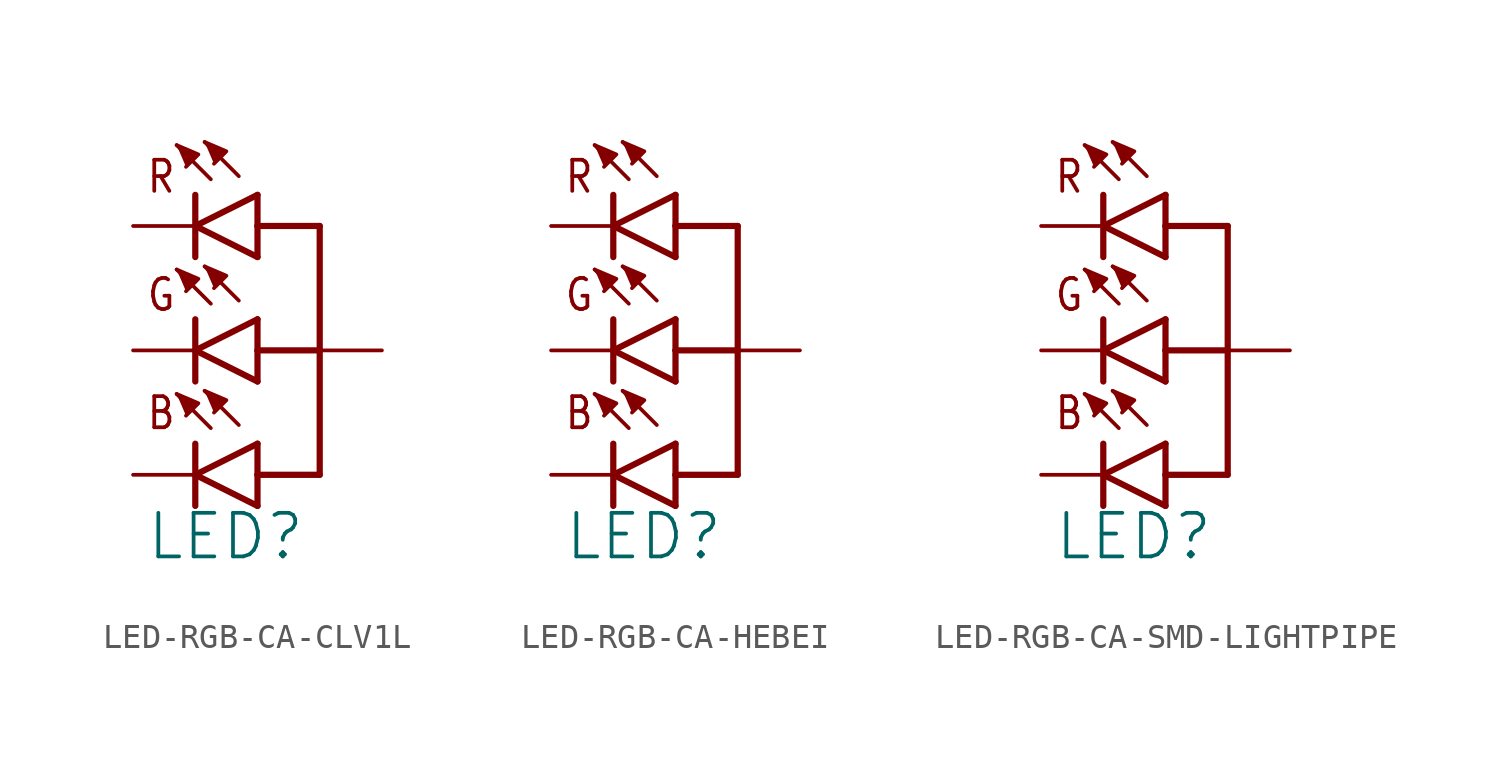
<source format=kicad_sym>
(kicad_symbol_lib
  (version 20231120)
  (generator "kicad_symbol_editor")
  (generator_version "8.0")
  (symbol "LED-RGB-CA-CLV1L"
    (property "Reference" "LED"
      (at -4.572 -8.636 0)
      (effects (font (size 1.778 1.778)) (justify left bottom)))
    (property "ki_locked" ""
      (at 0 0 0)
      (effects (font (size 1.27 1.27))))
    (symbol "LED-RGB-CA-CLV1L_1_0"
      (polyline (pts (xy -2.54 -6.35) (xy -2.54 -5.08)) (stroke (width 0.254) (type solid)) (fill (type none)))
      (polyline (pts (xy -2.54 -5.08) (xy -2.54 -3.81)) (stroke (width 0.254) (type solid)) (fill (type none)))
      (polyline (pts (xy -2.54 -5.08) (xy 0 -3.81)) (stroke (width 0.254) (type solid)) (fill (type none)))
      (polyline (pts (xy -2.54 -1.27) (xy -2.54 0)) (stroke (width 0.254) (type solid)) (fill (type none)))
      (polyline (pts (xy -2.54 0) (xy -2.54 1.27)) (stroke (width 0.254) (type solid)) (fill (type none)))
      (polyline (pts (xy -2.54 0) (xy 0 1.27)) (stroke (width 0.254) (type solid)) (fill (type none)))
      (polyline (pts (xy -2.54 3.81) (xy -2.54 5.08)) (stroke (width 0.254) (type solid)) (fill (type none)))
      (polyline (pts (xy -2.54 5.08) (xy -2.54 6.35)) (stroke (width 0.254) (type solid)) (fill (type none)))
      (polyline (pts (xy -2.54 5.08) (xy 0 6.35)) (stroke (width 0.254) (type solid)) (fill (type none)))
      (polyline (pts (xy -1.905 -3.175) (xy -3.302 -1.778)) (stroke (width 0.152) (type solid)) (fill (type none)))
      (polyline (pts (xy -1.905 1.905) (xy -3.302 3.302)) (stroke (width 0.152) (type solid)) (fill (type none)))
      (polyline (pts (xy -1.905 6.985) (xy -3.302 8.382)) (stroke (width 0.152) (type solid)) (fill (type none)))
      (polyline (pts (xy -0.762 -3.048) (xy -2.159 -1.651)) (stroke (width 0.152) (type solid)) (fill (type none)))
      (polyline (pts (xy -0.762 2.032) (xy -2.159 3.429)) (stroke (width 0.152) (type solid)) (fill (type none)))
      (polyline (pts (xy -0.762 7.112) (xy -2.159 8.509)) (stroke (width 0.152) (type solid)) (fill (type none)))
      (polyline (pts (xy 0 -6.35) (xy -2.54 -5.08)) (stroke (width 0.254) (type solid)) (fill (type none)))
      (polyline (pts (xy 0 -6.35) (xy 0 -5.08)) (stroke (width 0.254) (type solid)) (fill (type none)))
      (polyline (pts (xy 0 -5.08) (xy 0 -3.81)) (stroke (width 0.254) (type solid)) (fill (type none)))
      (polyline (pts (xy 0 -1.27) (xy -2.54 0)) (stroke (width 0.254) (type solid)) (fill (type none)))
      (polyline (pts (xy 0 -1.27) (xy 0 0)) (stroke (width 0.254) (type solid)) (fill (type none)))
      (polyline (pts (xy 0 0) (xy 0 1.27)) (stroke (width 0.254) (type solid)) (fill (type none)))
      (polyline (pts (xy 0 3.81) (xy -2.54 5.08)) (stroke (width 0.254) (type solid)) (fill (type none)))
      (polyline (pts (xy 0 3.81) (xy 0 5.08)) (stroke (width 0.254) (type solid)) (fill (type none)))
      (polyline (pts (xy 0 5.08) (xy 0 6.35)) (stroke (width 0.254) (type solid)) (fill (type none)))
      (polyline (pts (xy 2.54 -5.08) (xy 0 -5.08)) (stroke (width 0.254) (type solid)) (fill (type none)))
      (polyline (pts (xy 2.54 0) (xy 0 0)) (stroke (width 0.254) (type solid)) (fill (type none)))
      (polyline (pts (xy 2.54 0) (xy 2.54 -5.08)) (stroke (width 0.254) (type solid)) (fill (type none)))
      (polyline (pts (xy 2.54 5.08) (xy 0 5.08)) (stroke (width 0.254) (type solid)) (fill (type none)))
      (polyline (pts (xy 2.54 5.08) (xy 2.54 0)) (stroke (width 0.254) (type solid)) (fill (type none)))
      (polyline (pts (xy -3.302 -1.778) (xy -2.413 -2.159) (xy -2.921 -2.667)) (stroke (width 0.152) (type solid)) (fill (type outline)))
      (polyline (pts (xy -3.302 3.302) (xy -2.413 2.921) (xy -2.921 2.413)) (stroke (width 0.152) (type solid)) (fill (type outline)))
      (polyline (pts (xy -3.302 8.382) (xy -2.413 8.001) (xy -2.921 7.493)) (stroke (width 0.152) (type solid)) (fill (type outline)))
      (polyline (pts (xy -2.159 -1.651) (xy -1.27 -2.032) (xy -1.778 -2.54)) (stroke (width 0.152) (type solid)) (fill (type outline)))
      (polyline (pts (xy -2.159 3.429) (xy -1.27 3.048) (xy -1.778 2.54)) (stroke (width 0.152) (type solid)) (fill (type outline)))
      (polyline (pts (xy -2.159 8.509) (xy -1.27 8.128) (xy -1.778 7.62)) (stroke (width 0.152) (type solid)) (fill (type outline)))
      (text "B" (at -4.572 -3.302 0) (effects (font (size 1.27 1.079)) (justify left bottom)))
      (text "G" (at -4.572 1.524 0) (effects (font (size 1.27 1.079)) (justify left bottom)))
      (text "R" (at -4.572 6.35 0) (effects (font (size 1.27 1.079)) (justify left bottom)))
      (pin passive line (at 5.08 0 180) (length 2.54) (name "A" (effects (font (size 0 0)))) (number "P$1" (effects (font (size 0 0)))))
      (pin passive line (at -5.08 -5.08 0) (length 2.54) (name "CB" (effects (font (size 0 0)))) (number "P$2" (effects (font (size 0 0)))))
      (pin passive line (at -5.08 0 0) (length 2.54) (name "CG" (effects (font (size 0 0)))) (number "P$3" (effects (font (size 0 0)))))
      (pin passive line (at -5.08 5.08 0) (length 2.54) (name "CR" (effects (font (size 0 0)))) (number "P$4" (effects (font (size 0 0)))))))
  (symbol "LED-RGB-CA-HEBEI"
    (property "Reference" "LED"
      (at -4.572 -8.636 0)
      (effects (font (size 1.778 1.778)) (justify left bottom)))
    (property "ki_locked" ""
      (at 0 0 0)
      (effects (font (size 1.27 1.27))))
    (symbol "LED-RGB-CA-HEBEI_1_0"
      (polyline (pts (xy -2.54 -6.35) (xy -2.54 -5.08)) (stroke (width 0.254) (type solid)) (fill (type none)))
      (polyline (pts (xy -2.54 -5.08) (xy -2.54 -3.81)) (stroke (width 0.254) (type solid)) (fill (type none)))
      (polyline (pts (xy -2.54 -5.08) (xy 0 -3.81)) (stroke (width 0.254) (type solid)) (fill (type none)))
      (polyline (pts (xy -2.54 -1.27) (xy -2.54 0)) (stroke (width 0.254) (type solid)) (fill (type none)))
      (polyline (pts (xy -2.54 0) (xy -2.54 1.27)) (stroke (width 0.254) (type solid)) (fill (type none)))
      (polyline (pts (xy -2.54 0) (xy 0 1.27)) (stroke (width 0.254) (type solid)) (fill (type none)))
      (polyline (pts (xy -2.54 3.81) (xy -2.54 5.08)) (stroke (width 0.254) (type solid)) (fill (type none)))
      (polyline (pts (xy -2.54 5.08) (xy -2.54 6.35)) (stroke (width 0.254) (type solid)) (fill (type none)))
      (polyline (pts (xy -2.54 5.08) (xy 0 6.35)) (stroke (width 0.254) (type solid)) (fill (type none)))
      (polyline (pts (xy -1.905 -3.175) (xy -3.302 -1.778)) (stroke (width 0.152) (type solid)) (fill (type none)))
      (polyline (pts (xy -1.905 1.905) (xy -3.302 3.302)) (stroke (width 0.152) (type solid)) (fill (type none)))
      (polyline (pts (xy -1.905 6.985) (xy -3.302 8.382)) (stroke (width 0.152) (type solid)) (fill (type none)))
      (polyline (pts (xy -0.762 -3.048) (xy -2.159 -1.651)) (stroke (width 0.152) (type solid)) (fill (type none)))
      (polyline (pts (xy -0.762 2.032) (xy -2.159 3.429)) (stroke (width 0.152) (type solid)) (fill (type none)))
      (polyline (pts (xy -0.762 7.112) (xy -2.159 8.509)) (stroke (width 0.152) (type solid)) (fill (type none)))
      (polyline (pts (xy 0 -6.35) (xy -2.54 -5.08)) (stroke (width 0.254) (type solid)) (fill (type none)))
      (polyline (pts (xy 0 -6.35) (xy 0 -5.08)) (stroke (width 0.254) (type solid)) (fill (type none)))
      (polyline (pts (xy 0 -5.08) (xy 0 -3.81)) (stroke (width 0.254) (type solid)) (fill (type none)))
      (polyline (pts (xy 0 -1.27) (xy -2.54 0)) (stroke (width 0.254) (type solid)) (fill (type none)))
      (polyline (pts (xy 0 -1.27) (xy 0 0)) (stroke (width 0.254) (type solid)) (fill (type none)))
      (polyline (pts (xy 0 0) (xy 0 1.27)) (stroke (width 0.254) (type solid)) (fill (type none)))
      (polyline (pts (xy 0 3.81) (xy -2.54 5.08)) (stroke (width 0.254) (type solid)) (fill (type none)))
      (polyline (pts (xy 0 3.81) (xy 0 5.08)) (stroke (width 0.254) (type solid)) (fill (type none)))
      (polyline (pts (xy 0 5.08) (xy 0 6.35)) (stroke (width 0.254) (type solid)) (fill (type none)))
      (polyline (pts (xy 2.54 -5.08) (xy 0 -5.08)) (stroke (width 0.254) (type solid)) (fill (type none)))
      (polyline (pts (xy 2.54 0) (xy 0 0)) (stroke (width 0.254) (type solid)) (fill (type none)))
      (polyline (pts (xy 2.54 0) (xy 2.54 -5.08)) (stroke (width 0.254) (type solid)) (fill (type none)))
      (polyline (pts (xy 2.54 5.08) (xy 0 5.08)) (stroke (width 0.254) (type solid)) (fill (type none)))
      (polyline (pts (xy 2.54 5.08) (xy 2.54 0)) (stroke (width 0.254) (type solid)) (fill (type none)))
      (polyline (pts (xy -3.302 -1.778) (xy -2.413 -2.159) (xy -2.921 -2.667)) (stroke (width 0.152) (type solid)) (fill (type outline)))
      (polyline (pts (xy -3.302 3.302) (xy -2.413 2.921) (xy -2.921 2.413)) (stroke (width 0.152) (type solid)) (fill (type outline)))
      (polyline (pts (xy -3.302 8.382) (xy -2.413 8.001) (xy -2.921 7.493)) (stroke (width 0.152) (type solid)) (fill (type outline)))
      (polyline (pts (xy -2.159 -1.651) (xy -1.27 -2.032) (xy -1.778 -2.54)) (stroke (width 0.152) (type solid)) (fill (type outline)))
      (polyline (pts (xy -2.159 3.429) (xy -1.27 3.048) (xy -1.778 2.54)) (stroke (width 0.152) (type solid)) (fill (type outline)))
      (polyline (pts (xy -2.159 8.509) (xy -1.27 8.128) (xy -1.778 7.62)) (stroke (width 0.152) (type solid)) (fill (type outline)))
      (text "B" (at -4.572 -3.302 0) (effects (font (size 1.27 1.079)) (justify left bottom)))
      (text "G" (at -4.572 1.524 0) (effects (font (size 1.27 1.079)) (justify left bottom)))
      (text "R" (at -4.572 6.35 0) (effects (font (size 1.27 1.079)) (justify left bottom)))
      (pin passive line (at -5.08 5.08 0) (length 2.54) (name "CR" (effects (font (size 0 0)))) (number "P$1" (effects (font (size 0 0)))))
      (pin passive line (at 5.08 0 180) (length 2.54) (name "A" (effects (font (size 0 0)))) (number "P$2" (effects (font (size 0 0)))))
      (pin passive line (at -5.08 -5.08 0) (length 2.54) (name "CB" (effects (font (size 0 0)))) (number "P$3" (effects (font (size 0 0)))))
      (pin passive line (at -5.08 0 0) (length 2.54) (name "CG" (effects (font (size 0 0)))) (number "P$4" (effects (font (size 0 0)))))))
  (symbol "LED-RGB-CA-SMD-LIGHTPIPE"
    (property "Reference" "LED"
      (at -4.572 -8.636 0)
      (effects (font (size 1.778 1.778)) (justify left bottom)))
    (property "ki_locked" ""
      (at 0 0 0)
      (effects (font (size 1.27 1.27))))
    (symbol "LED-RGB-CA-SMD-LIGHTPIPE_1_0"
      (polyline (pts (xy -2.54 -6.35) (xy -2.54 -5.08)) (stroke (width 0.254) (type solid)) (fill (type none)))
      (polyline (pts (xy -2.54 -5.08) (xy -2.54 -3.81)) (stroke (width 0.254) (type solid)) (fill (type none)))
      (polyline (pts (xy -2.54 -5.08) (xy 0 -3.81)) (stroke (width 0.254) (type solid)) (fill (type none)))
      (polyline (pts (xy -2.54 -1.27) (xy -2.54 0)) (stroke (width 0.254) (type solid)) (fill (type none)))
      (polyline (pts (xy -2.54 0) (xy -2.54 1.27)) (stroke (width 0.254) (type solid)) (fill (type none)))
      (polyline (pts (xy -2.54 0) (xy 0 1.27)) (stroke (width 0.254) (type solid)) (fill (type none)))
      (polyline (pts (xy -2.54 3.81) (xy -2.54 5.08)) (stroke (width 0.254) (type solid)) (fill (type none)))
      (polyline (pts (xy -2.54 5.08) (xy -2.54 6.35)) (stroke (width 0.254) (type solid)) (fill (type none)))
      (polyline (pts (xy -2.54 5.08) (xy 0 6.35)) (stroke (width 0.254) (type solid)) (fill (type none)))
      (polyline (pts (xy -1.905 -3.175) (xy -3.302 -1.778)) (stroke (width 0.152) (type solid)) (fill (type none)))
      (polyline (pts (xy -1.905 1.905) (xy -3.302 3.302)) (stroke (width 0.152) (type solid)) (fill (type none)))
      (polyline (pts (xy -1.905 6.985) (xy -3.302 8.382)) (stroke (width 0.152) (type solid)) (fill (type none)))
      (polyline (pts (xy -0.762 -3.048) (xy -2.159 -1.651)) (stroke (width 0.152) (type solid)) (fill (type none)))
      (polyline (pts (xy -0.762 2.032) (xy -2.159 3.429)) (stroke (width 0.152) (type solid)) (fill (type none)))
      (polyline (pts (xy -0.762 7.112) (xy -2.159 8.509)) (stroke (width 0.152) (type solid)) (fill (type none)))
      (polyline (pts (xy 0 -6.35) (xy -2.54 -5.08)) (stroke (width 0.254) (type solid)) (fill (type none)))
      (polyline (pts (xy 0 -6.35) (xy 0 -5.08)) (stroke (width 0.254) (type solid)) (fill (type none)))
      (polyline (pts (xy 0 -5.08) (xy 0 -3.81)) (stroke (width 0.254) (type solid)) (fill (type none)))
      (polyline (pts (xy 0 -1.27) (xy -2.54 0)) (stroke (width 0.254) (type solid)) (fill (type none)))
      (polyline (pts (xy 0 -1.27) (xy 0 0)) (stroke (width 0.254) (type solid)) (fill (type none)))
      (polyline (pts (xy 0 0) (xy 0 1.27)) (stroke (width 0.254) (type solid)) (fill (type none)))
      (polyline (pts (xy 0 3.81) (xy -2.54 5.08)) (stroke (width 0.254) (type solid)) (fill (type none)))
      (polyline (pts (xy 0 3.81) (xy 0 5.08)) (stroke (width 0.254) (type solid)) (fill (type none)))
      (polyline (pts (xy 0 5.08) (xy 0 6.35)) (stroke (width 0.254) (type solid)) (fill (type none)))
      (polyline (pts (xy 2.54 -5.08) (xy 0 -5.08)) (stroke (width 0.254) (type solid)) (fill (type none)))
      (polyline (pts (xy 2.54 0) (xy 0 0)) (stroke (width 0.254) (type solid)) (fill (type none)))
      (polyline (pts (xy 2.54 0) (xy 2.54 -5.08)) (stroke (width 0.254) (type solid)) (fill (type none)))
      (polyline (pts (xy 2.54 5.08) (xy 0 5.08)) (stroke (width 0.254) (type solid)) (fill (type none)))
      (polyline (pts (xy 2.54 5.08) (xy 2.54 0)) (stroke (width 0.254) (type solid)) (fill (type none)))
      (polyline (pts (xy -3.302 -1.778) (xy -2.413 -2.159) (xy -2.921 -2.667)) (stroke (width 0.152) (type solid)) (fill (type outline)))
      (polyline (pts (xy -3.302 3.302) (xy -2.413 2.921) (xy -2.921 2.413)) (stroke (width 0.152) (type solid)) (fill (type outline)))
      (polyline (pts (xy -3.302 8.382) (xy -2.413 8.001) (xy -2.921 7.493)) (stroke (width 0.152) (type solid)) (fill (type outline)))
      (polyline (pts (xy -2.159 -1.651) (xy -1.27 -2.032) (xy -1.778 -2.54)) (stroke (width 0.152) (type solid)) (fill (type outline)))
      (polyline (pts (xy -2.159 3.429) (xy -1.27 3.048) (xy -1.778 2.54)) (stroke (width 0.152) (type solid)) (fill (type outline)))
      (polyline (pts (xy -2.159 8.509) (xy -1.27 8.128) (xy -1.778 7.62)) (stroke (width 0.152) (type solid)) (fill (type outline)))
      (text "B" (at -4.572 -3.302 0) (effects (font (size 1.27 1.079)) (justify left bottom)))
      (text "G" (at -4.572 1.524 0) (effects (font (size 1.27 1.079)) (justify left bottom)))
      (text "R" (at -4.572 6.35 0) (effects (font (size 1.27 1.079)) (justify left bottom)))
      (pin passive line (at 5.08 0 180) (length 2.54) (name "A" (effects (font (size 0 0)))) (number "P$A" (effects (font (size 0 0)))))
      (pin passive line (at -5.08 -5.08 0) (length 2.54) (name "CB" (effects (font (size 0 0)))) (number "P$B" (effects (font (size 0 0)))))
      (pin passive line (at -5.08 0 0) (length 2.54) (name "CG" (effects (font (size 0 0)))) (number "P$G" (effects (font (size 0 0)))))
      (pin passive line (at -5.08 5.08 0) (length 2.54) (name "CR" (effects (font (size 0 0)))) (number "P$R" (effects (font (size 0 0))))))))
</source>
